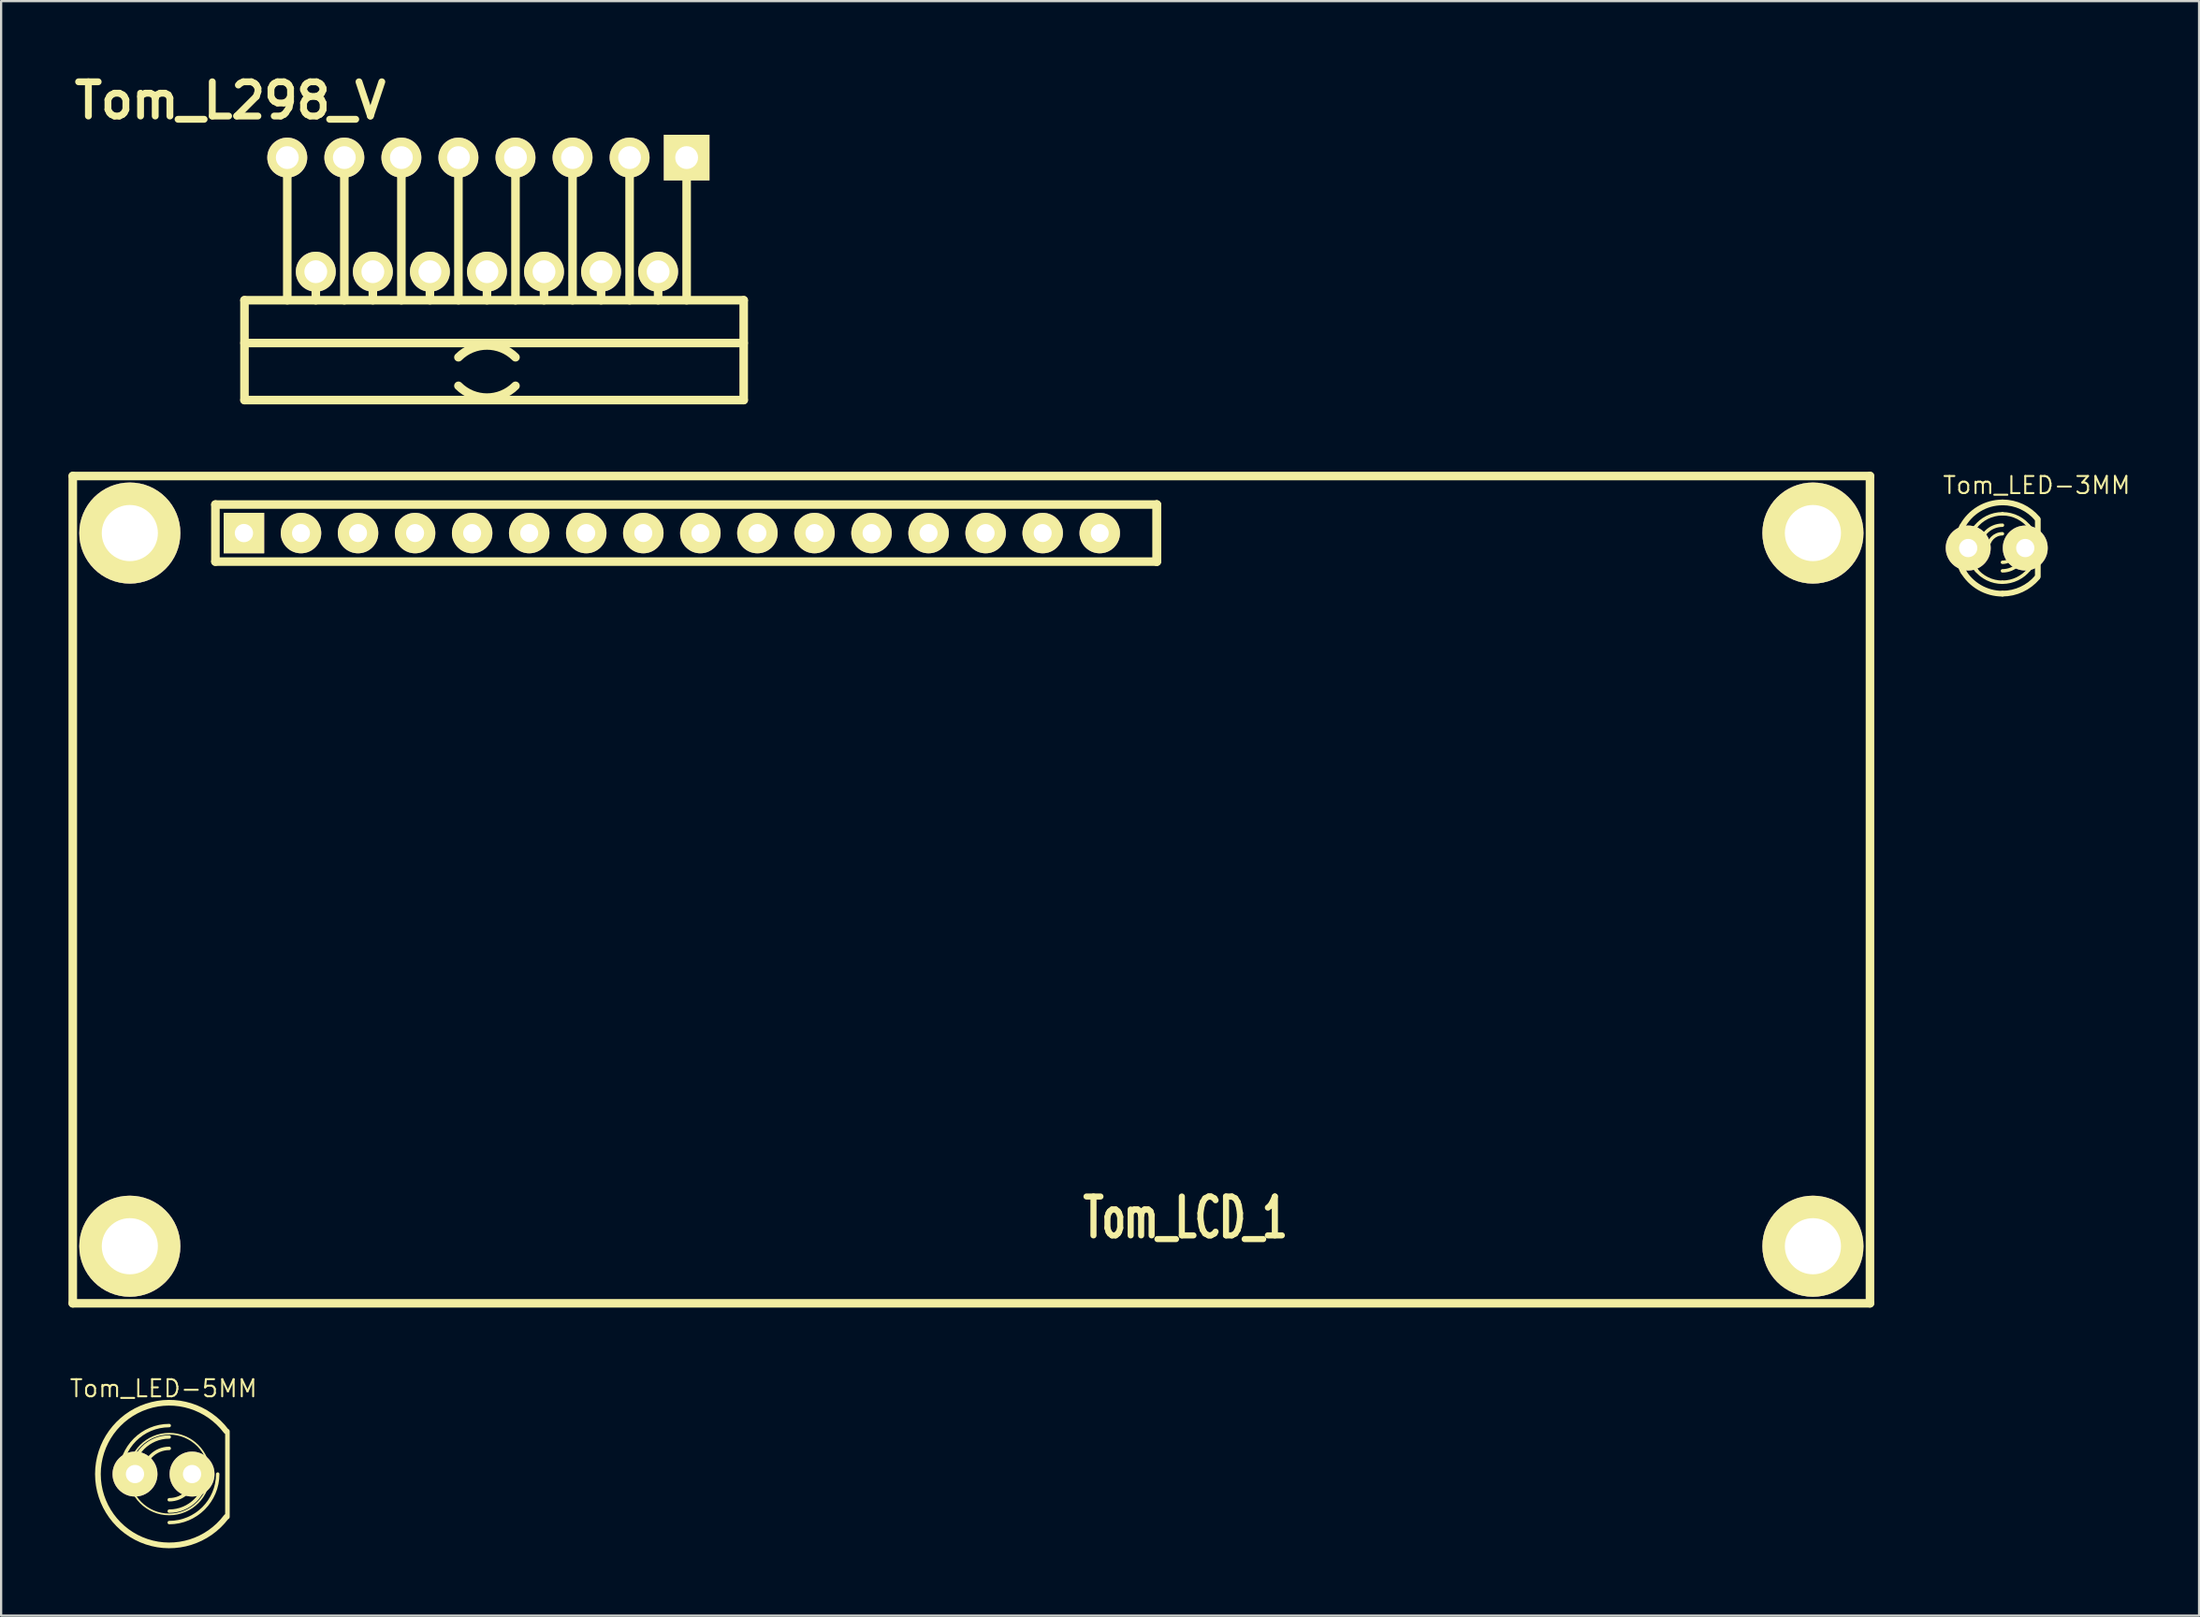
<source format=kicad_pcb>
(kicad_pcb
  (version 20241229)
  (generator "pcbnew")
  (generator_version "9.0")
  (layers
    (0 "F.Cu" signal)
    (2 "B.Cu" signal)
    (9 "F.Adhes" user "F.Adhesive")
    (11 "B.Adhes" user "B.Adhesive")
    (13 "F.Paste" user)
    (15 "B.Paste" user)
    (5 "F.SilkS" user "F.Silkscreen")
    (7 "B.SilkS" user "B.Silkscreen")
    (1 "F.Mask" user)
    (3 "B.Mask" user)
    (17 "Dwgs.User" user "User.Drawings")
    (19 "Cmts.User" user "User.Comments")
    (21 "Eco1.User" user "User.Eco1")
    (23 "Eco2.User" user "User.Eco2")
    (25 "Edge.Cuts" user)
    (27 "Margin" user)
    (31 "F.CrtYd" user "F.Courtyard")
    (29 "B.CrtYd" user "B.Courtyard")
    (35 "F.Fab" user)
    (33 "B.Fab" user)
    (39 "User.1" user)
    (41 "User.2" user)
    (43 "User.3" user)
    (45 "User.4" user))
  (footprint "Tom_LCD_1"
    (layer "F.Cu")
    (at 50.99 52.432)
    (property "Reference" "Tom_LCD_1" (at -1.27 -1.27 0) (layer "F.SilkS") (effects (font (size 1.73 1.087) (thickness 0.272))))
    (attr through_hole)
    (fp_line (start -50.8 -34.29) (end -50.8 2.54) (stroke (width 0.381) (type solid)) (layer "F.SilkS"))
    (fp_line (start -50.8 2.54) (end 29.21 2.54) (stroke (width 0.381) (type solid)) (layer "F.SilkS"))
    (fp_line (start -44.45 -33.02) (end -2.54 -33.02) (stroke (width 0.381) (type solid)) (layer "F.SilkS"))
    (fp_line (start -44.45 -30.48) (end -44.45 -33.02) (stroke (width 0.381) (type solid)) (layer "F.SilkS"))
    (fp_line (start -2.54 -33.02) (end -2.54 -30.48) (stroke (width 0.381) (type solid)) (layer "F.SilkS"))
    (fp_line (start -2.54 -33.02) (end -2.54 -30.48) (stroke (width 0.381) (type solid)) (layer "F.SilkS"))
    (fp_line (start -2.54 -30.48) (end -44.45 -30.48) (stroke (width 0.381) (type solid)) (layer "F.SilkS"))
    (fp_line (start 29.21 -34.29) (end -50.8 -34.29) (stroke (width 0.381) (type solid)) (layer "F.SilkS"))
    (fp_line (start 29.21 2.54) (end 29.21 -34.29) (stroke (width 0.381) (type solid)) (layer "F.SilkS"))
    (pad "1" thru_hole rect (at -43.18 -31.75) (size 1.801 1.801) (drill 0.813) (layers "*.Cu" "*.Mask" "F.SilkS"))
    (pad "2" thru_hole circle (at -40.64 -31.75) (size 1.801 1.801) (drill 0.8) (layers "*.Cu" "*.Mask" "F.SilkS"))
    (pad "3" thru_hole circle (at -38.1 -31.75) (size 1.801 1.801) (drill 0.8) (layers "*.Cu" "*.Mask" "F.SilkS"))
    (pad "4" thru_hole circle (at -35.56 -31.75) (size 1.801 1.801) (drill 0.8) (layers "*.Cu" "*.Mask" "F.SilkS"))
    (pad "5" thru_hole circle (at -33.02 -31.75) (size 1.801 1.801) (drill 0.8) (layers "*.Cu" "*.Mask" "F.SilkS"))
    (pad "6" thru_hole circle (at -30.48 -31.75) (size 1.801 1.801) (drill 0.8) (layers "*.Cu" "*.Mask" "F.SilkS"))
    (pad "7" thru_hole circle (at -27.94 -31.75) (size 1.801 1.801) (drill 0.8) (layers "*.Cu" "*.Mask" "F.SilkS"))
    (pad "8" thru_hole circle (at -25.4 -31.75) (size 1.801 1.801) (drill 0.8) (layers "*.Cu" "*.Mask" "F.SilkS"))
    (pad "9" thru_hole circle (at -22.86 -31.75) (size 1.801 1.801) (drill 0.8) (layers "*.Cu" "*.Mask" "F.SilkS"))
    (pad "10" thru_hole circle (at -20.32 -31.75) (size 1.801 1.801) (drill 0.8) (layers "*.Cu" "*.Mask" "F.SilkS"))
    (pad "11" thru_hole circle (at -17.78 -31.75) (size 1.801 1.801) (drill 0.8) (layers "*.Cu" "*.Mask" "F.SilkS"))
    (pad "12" thru_hole circle (at -15.24 -31.75) (size 1.801 1.801) (drill 0.8) (layers "*.Cu" "*.Mask" "F.SilkS"))
    (pad "13" thru_hole circle (at -12.7 -31.75) (size 1.801 1.801) (drill 0.8) (layers "*.Cu" "*.Mask" "F.SilkS"))
    (pad "14" thru_hole circle (at -10.16 -31.75) (size 1.801 1.801) (drill 0.8) (layers "*.Cu" "*.Mask" "F.SilkS"))
    (pad "15" thru_hole circle (at -7.62 -31.75) (size 1.801 1.801) (drill 0.8) (layers "*.Cu" "*.Mask" "F.SilkS"))
    (pad "16" thru_hole circle (at -5.08 -31.75) (size 1.801 1.801) (drill 0.8) (layers "*.Cu" "*.Mask" "F.SilkS"))
    (pad "17" thru_hole circle (at 26.67 0) (size 4.501 4.501) (drill 2.499) (layers "*.Cu" "*.Mask" "F.SilkS"))
    (pad "18" thru_hole circle (at 26.67 -31.75) (size 4.501 4.501) (drill 2.499) (layers "*.Cu" "*.Mask" "F.SilkS"))
    (pad "19" thru_hole circle (at -48.26 -31.75) (size 4.501 4.501) (drill 2.499) (layers "*.Cu" "*.Mask" "F.SilkS"))
    (pad "20" thru_hole circle (at -48.26 0) (size 4.501 4.501) (drill 2.499) (layers "*.Cu" "*.Mask" "F.SilkS")))
  (footprint "Tom_L298_V"
    (layer "F.Cu")
    (at 18.629 6.506)
    (property "Reference" "Tom_L298_V" (at -11.43 -5.08 0) (layer "F.SilkS") (effects (font (size 1.524 1.524) (thickness 0.305))))
    (attr through_hole)
    (fp_line (start -10.795 3.81) (end -10.795 8.255) (stroke (width 0.381) (type solid)) (layer "F.SilkS"))
    (fp_line (start -10.795 3.81) (end 11.43 3.81) (stroke (width 0.381) (type solid)) (layer "F.SilkS"))
    (fp_line (start -10.795 5.715) (end 11.43 5.715) (stroke (width 0.381) (type solid)) (layer "F.SilkS"))
    (fp_line (start -8.89 3.81) (end -8.89 -2.54) (stroke (width 0.381) (type solid)) (layer "F.SilkS"))
    (fp_line (start -7.62 2.54) (end -7.62 3.81) (stroke (width 0.381) (type solid)) (layer "F.SilkS"))
    (fp_line (start -6.35 -2.54) (end -6.35 3.81) (stroke (width 0.381) (type solid)) (layer "F.SilkS"))
    (fp_line (start -5.08 3.81) (end -5.08 2.54) (stroke (width 0.381) (type solid)) (layer "F.SilkS"))
    (fp_line (start -3.81 -2.54) (end -3.81 3.81) (stroke (width 0.381) (type solid)) (layer "F.SilkS"))
    (fp_line (start -2.54 3.81) (end -2.54 2.54) (stroke (width 0.381) (type solid)) (layer "F.SilkS"))
    (fp_line (start -1.27 -2.54) (end -1.27 3.81) (stroke (width 0.381) (type solid)) (layer "F.SilkS"))
    (fp_line (start 0 3.81) (end 0 2.54) (stroke (width 0.381) (type solid)) (layer "F.SilkS"))
    (fp_line (start 1.27 -2.54) (end 1.27 3.81) (stroke (width 0.381) (type solid)) (layer "F.SilkS"))
    (fp_line (start 2.54 3.81) (end 2.54 2.54) (stroke (width 0.381) (type solid)) (layer "F.SilkS"))
    (fp_line (start 3.81 -2.54) (end 3.81 3.81) (stroke (width 0.381) (type solid)) (layer "F.SilkS"))
    (fp_line (start 5.08 2.54) (end 5.08 3.81) (stroke (width 0.381) (type solid)) (layer "F.SilkS"))
    (fp_line (start 6.35 3.81) (end 6.35 -2.54) (stroke (width 0.381) (type solid)) (layer "F.SilkS"))
    (fp_line (start 7.62 3.81) (end 7.62 2.54) (stroke (width 0.381) (type solid)) (layer "F.SilkS"))
    (fp_line (start 8.89 3.81) (end 8.89 -2.54) (stroke (width 0.381) (type solid)) (layer "F.SilkS"))
    (fp_line (start 11.43 3.81) (end 11.43 8.255) (stroke (width 0.381) (type solid)) (layer "F.SilkS"))
    (fp_line (start 11.43 8.255) (end -10.795 8.255) (stroke (width 0.381) (type solid)) (layer "F.SilkS"))
    (fp_arc (start -1.27 6.35) (mid 0 5.823949) (end 1.27 6.35) (stroke (width 0.381) (type solid)) (layer "F.SilkS"))
    (fp_arc (start 1.27 7.62) (mid 0 8.146051) (end -1.27 7.62) (stroke (width 0.381) (type solid)) (layer "F.SilkS"))
    (pad "1" thru_hole rect (at 8.89 -2.54) (size 2.032 2.032) (drill 1.016) (layers "*.Cu" "*.Mask" "F.SilkS"))
    (pad "2" thru_hole circle (at 7.62 2.54) (size 1.778 1.778) (drill 1.016) (layers "*.Cu" "*.Mask" "F.SilkS"))
    (pad "3" thru_hole circle (at 6.35 -2.54) (size 1.778 1.778) (drill 1.016) (layers "*.Cu" "*.Mask" "F.SilkS"))
    (pad "4" thru_hole circle (at 5.08 2.54) (size 1.778 1.778) (drill 1.016) (layers "*.Cu" "*.Mask" "F.SilkS"))
    (pad "5" thru_hole circle (at 3.81 -2.54) (size 1.778 1.778) (drill 1.016) (layers "*.Cu" "*.Mask" "F.SilkS"))
    (pad "6" thru_hole circle (at 2.54 2.54) (size 1.778 1.778) (drill 1.016) (layers "*.Cu" "*.Mask" "F.SilkS"))
    (pad "7" thru_hole circle (at 1.27 -2.54) (size 1.778 1.778) (drill 1.016) (layers "*.Cu" "*.Mask" "F.SilkS"))
    (pad "8" thru_hole circle (at 0 2.54) (size 1.778 1.778) (drill 1.016) (layers "*.Cu" "*.Mask" "F.SilkS"))
    (pad "9" thru_hole circle (at -1.27 -2.54) (size 1.778 1.778) (drill 1.016) (layers "*.Cu" "*.Mask" "F.SilkS"))
    (pad "10" thru_hole circle (at -2.54 2.54) (size 1.778 1.778) (drill 1.016) (layers "*.Cu" "*.Mask" "F.SilkS"))
    (pad "11" thru_hole circle (at -3.81 -2.54) (size 1.778 1.778) (drill 1.016) (layers "*.Cu" "*.Mask" "F.SilkS"))
    (pad "12" thru_hole circle (at -5.08 2.54) (size 1.778 1.778) (drill 1.016) (layers "*.Cu" "*.Mask" "F.SilkS"))
    (pad "13" thru_hole circle (at -6.35 -2.54) (size 1.778 1.778) (drill 1.016) (layers "*.Cu" "*.Mask" "F.SilkS"))
    (pad "14" thru_hole circle (at -7.62 2.54) (size 1.778 1.778) (drill 1.016) (layers "*.Cu" "*.Mask" "F.SilkS"))
    (pad "15" thru_hole circle (at -8.89 -2.54) (size 1.778 1.778) (drill 1.016) (layers "*.Cu" "*.Mask" "F.SilkS")))
  (footprint "Tom_LED-3MM"
    (layer "F.Cu")
    (at 85.843 21.348)
    (property "Reference" "Tom_LED-3MM" (at 1.778 -2.794 0) (layer "F.SilkS") (effects (font (size 0.762 0.762) (thickness 0.089))))
    (attr through_hole)
    (fp_line (start 1.829 1.27) (end 1.829 -1.27) (stroke (width 0.254) (type solid)) (layer "F.SilkS"))
    (fp_arc (start -1.778 0) (mid -1.716347 -0.496745) (end -1.53513 -0.963347) (stroke (width 0.254) (type solid)) (layer "F.SilkS"))
    (fp_arc (start -1.5367 -0.95504) (mid -0.790567 -1.739997) (end 0.253025 -2.02946) (stroke (width 0.254) (type solid)) (layer "F.SilkS"))
    (fp_arc (start -1.47574 1.06426) (mid -1.700164 0.553076) (end -1.776923 0.0001) (stroke (width 0.254) (type solid)) (layer "F.SilkS"))
    (fp_arc (start -1.27 0) (mid -1.178999 -0.518738) (end -0.916864 -0.975527) (stroke (width 0.1524) (type solid)) (layer "F.SilkS"))
    (fp_arc (start -0.9652 -0.9144) (mid -0.427912 -1.362928) (end 0.253199 -1.524) (stroke (width 0.1524) (type solid)) (layer "F.SilkS"))
    (fp_arc (start -0.88392 1.01092) (mid -1.168742 0.540951) (end -1.268111 0.000469) (stroke (width 0.1524) (type solid)) (layer "F.SilkS"))
    (fp_arc (start -0.762 0) (mid -0.46442 -0.71842) (end 0.254 -1.016) (stroke (width 0.1524) (type solid)) (layer "F.SilkS"))
    (fp_arc (start -0.381 0) (mid -0.195013 -0.449013) (end 0.254 -0.635) (stroke (width 0.1524) (type solid)) (layer "F.SilkS"))
    (fp_arc (start 0.254 -2.032) (mid 1.114367 -1.840867) (end 1.81288 -1.303426) (stroke (width 0.254) (type solid)) (layer "F.SilkS"))
    (fp_arc (start 0.254 -1.524) (mid 0.950618 -1.35547) (end 1.493166 -0.887155) (stroke (width 0.1524) (type solid)) (layer "F.SilkS"))
    (fp_arc (start 0.254 1.524) (mid -0.415273 1.369179) (end -0.948564 0.936171) (stroke (width 0.1524) (type solid)) (layer "F.SilkS"))
    (fp_arc (start 0.254 2.032) (mid -0.76507 1.757988) (end -1.509299 1.009851) (stroke (width 0.254) (type solid)) (layer "F.SilkS"))
    (fp_arc (start 0.889 0) (mid 0.703013 0.449013) (end 0.254 0.635) (stroke (width 0.1524) (type solid)) (layer "F.SilkS"))
    (fp_arc (start 1.27 0) (mid 0.97242 0.71842) (end 0.254 1.016) (stroke (width 0.1524) (type solid)) (layer "F.SilkS"))
    (fp_arc (start 1.4097 -0.9906) (mid 1.681593 -0.528119) (end 1.776147 -0.000034) (stroke (width 0.1524) (type solid)) (layer "F.SilkS"))
    (fp_arc (start 1.45542 0.93472) (mid 0.922882 1.367373) (end 0.254442 1.522206) (stroke (width 0.1524) (type solid)) (layer "F.SilkS"))
    (fp_arc (start 1.778 0) (mid 1.686999 0.518738) (end 1.424864 0.975527) (stroke (width 0.1524) (type solid)) (layer "F.SilkS"))
    (fp_arc (start 1.8034 1.31064) (mid 1.109154 1.840416) (end 0.256552 2.029387) (stroke (width 0.254) (type solid)) (layer "F.SilkS"))
    (pad "1" thru_hole circle (at 1.27 0) (size 2 2) (drill 0.813) (layers "*.Cu" "*.Mask" "F.SilkS"))
    (pad "2" thru_hole circle (at -1.27 0) (size 2 2) (drill 0.813) (layers "*.Cu" "*.Mask" "F.SilkS")))
  (footprint "Tom_LED-5MM"
    (layer "F.Cu")
    (at 4.23 62.575)
    (property "Reference" "Tom_LED-5MM" (at 0 -3.81 0) (layer "F.SilkS") (effects (font (size 0.762 0.762) (thickness 0.089))))
    (attr exclude_from_pos_files exclude_from_bom)
    (fp_line (start 2.845 1.905) (end 2.845 -1.905) (stroke (width 0.203) (type solid)) (layer "F.SilkS"))
    (fp_arc (start -1.905 0) (mid -1.272644 -1.526644) (end 0.254 -2.159) (stroke (width 0.1524) (type solid)) (layer "F.SilkS"))
    (fp_arc (start -1.397 0) (mid -0.913433 -1.167433) (end 0.254 -1.651) (stroke (width 0.1524) (type solid)) (layer "F.SilkS"))
    (fp_arc (start -0.889 0) (mid -0.554223 -0.808223) (end 0.254 -1.143) (stroke (width 0.1524) (type solid)) (layer "F.SilkS"))
    (fp_arc (start 1.397 0) (mid 1.062223 0.808223) (end 0.254 1.143) (stroke (width 0.1524) (type solid)) (layer "F.SilkS"))
    (fp_arc (start 1.905 0) (mid 1.421433 1.167433) (end 0.254 1.651) (stroke (width 0.1524) (type solid)) (layer "F.SilkS"))
    (fp_arc (start 2.413 0) (mid 1.780644 1.526644) (end 0.254 2.159) (stroke (width 0.1524) (type solid)) (layer "F.SilkS"))
    (fp_arc (start 2.794 1.905) (mid -2.921 0.001668) (end 2.791997 -1.907668) (stroke (width 0.254) (type solid)) (layer "F.SilkS"))
    (fp_circle (center 0.254 0) (end -1.016 1.27) (stroke (width 0.076) (type solid)) (fill no) (layer "F.SilkS"))
    (pad "1" thru_hole circle (at 1.27 0) (size 1.999 1.999) (drill 0.813) (layers "*.Cu" "F.Mask" "F.SilkS" "F.Paste"))
    (pad "2" thru_hole circle (at -1.27 0) (size 1.999 1.999) (drill 0.813) (layers "*.Cu" "F.Mask" "F.SilkS" "F.Paste")))
  (gr_rect
    (start -3 -3)
    (end 94.851 68.877)
    (stroke (width 0.1) (type default))
    (fill no)
    (layer "Edge.Cuts")))
</source>
